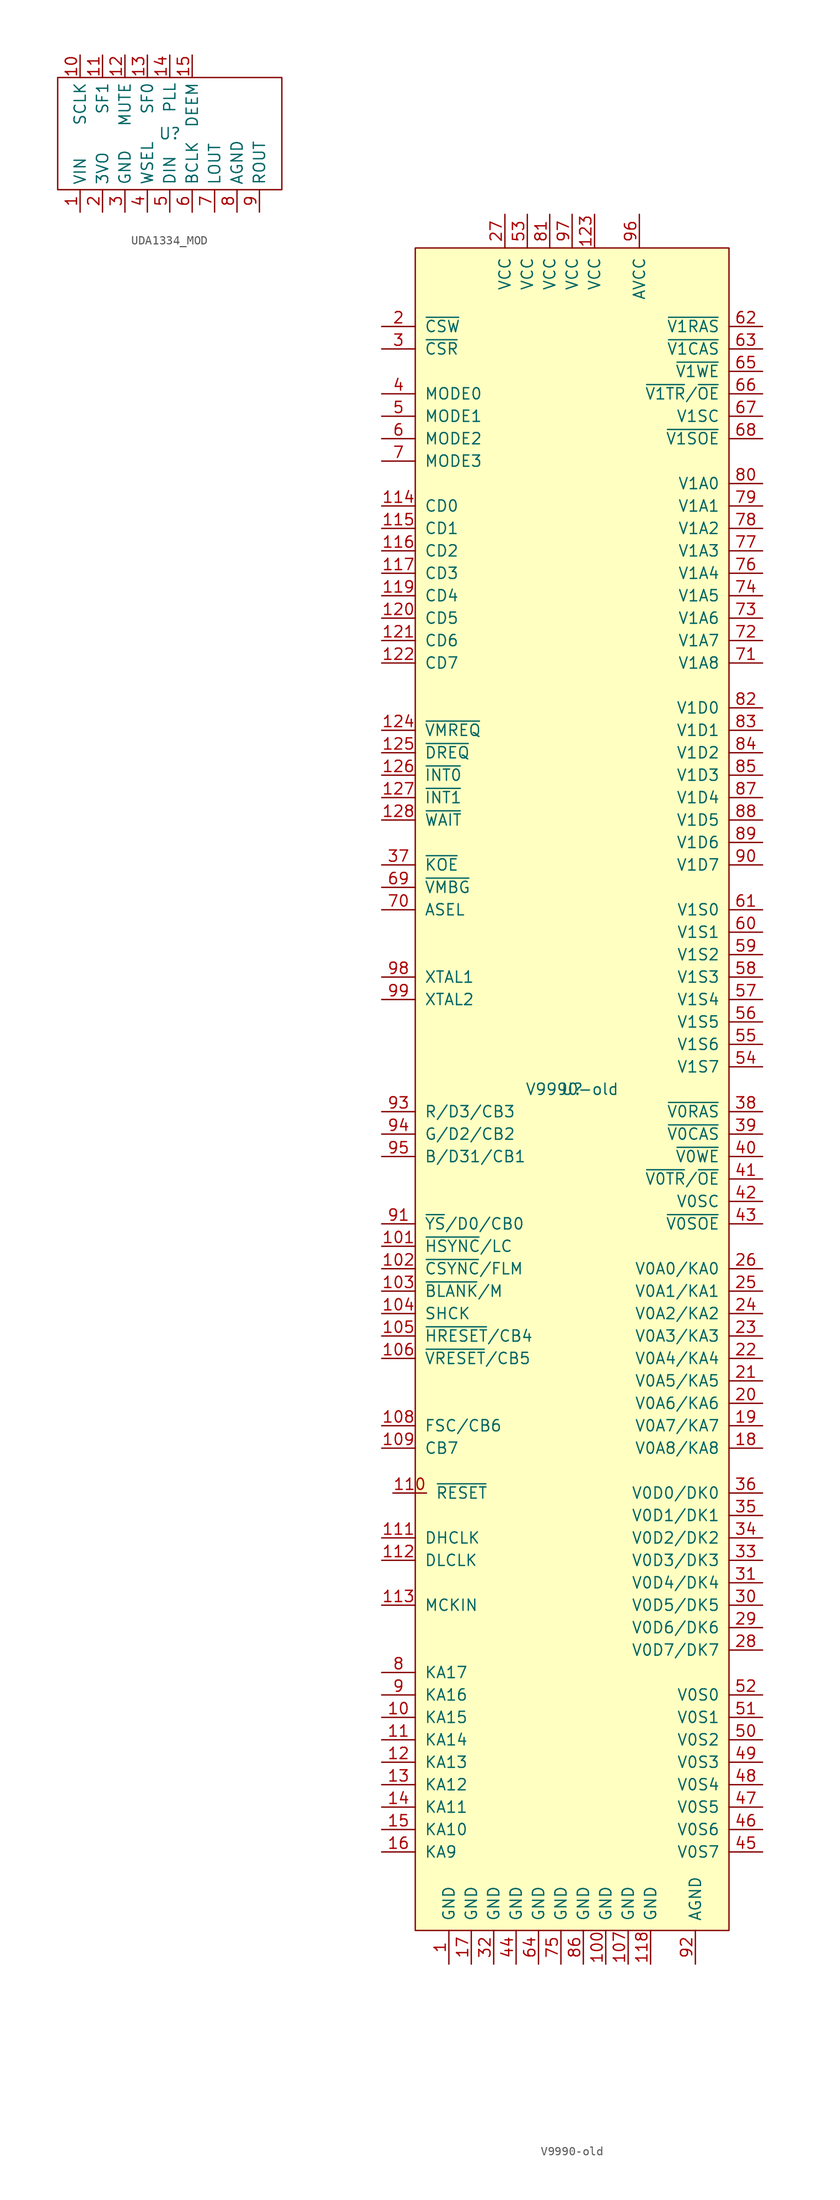
<source format=kicad_sym>
(kicad_symbol_lib
  (version 20220914)
  (generator kicad_symbol_editor)
  (symbol "UDA1334_MOD"
    (property "Reference" "U"
      (at 0 0 0)
      (effects (font (size 1.27 1.27))))
    (property "Value" ""
      (at 0 0 0)
      (effects (font (size 1.27 1.27))))
    (symbol "UDA1334_MOD_0_1"
      (rectangle (start -12.7 6.35) (end 12.7 -6.35) (stroke (width 0) (type default)) (fill (type none))))
    (symbol "UDA1334_MOD_1_1"
      (pin input line (at -10.16 -8.89 90) (length 2.54) (name "VIN" (effects (font (size 1.27 1.27)))) (number "1" (effects (font (size 1.27 1.27)))))
      (pin input line (at -10.16 8.89 270) (length 2.54) (name "SCLK" (effects (font (size 1.27 1.27)))) (number "10" (effects (font (size 1.27 1.27)))))
      (pin input line (at -7.62 8.89 270) (length 2.54) (name "SF1" (effects (font (size 1.27 1.27)))) (number "11" (effects (font (size 1.27 1.27)))))
      (pin input line (at -5.08 8.89 270) (length 2.54) (name "MUTE" (effects (font (size 1.27 1.27)))) (number "12" (effects (font (size 1.27 1.27)))))
      (pin input line (at -2.54 8.89 270) (length 2.54) (name "SF0" (effects (font (size 1.27 1.27)))) (number "13" (effects (font (size 1.27 1.27)))))
      (pin input line (at 0 8.89 270) (length 2.54) (name "PLL" (effects (font (size 1.27 1.27)))) (number "14" (effects (font (size 1.27 1.27)))))
      (pin input line (at 2.54 8.89 270) (length 2.54) (name "DEEM" (effects (font (size 1.27 1.27)))) (number "15" (effects (font (size 1.27 1.27)))))
      (pin output line (at -7.62 -8.89 90) (length 2.54) (name "3VO" (effects (font (size 1.27 1.27)))) (number "2" (effects (font (size 1.27 1.27)))))
      (pin input line (at -5.08 -8.89 90) (length 2.54) (name "GND" (effects (font (size 1.27 1.27)))) (number "3" (effects (font (size 1.27 1.27)))))
      (pin input line (at -2.54 -8.89 90) (length 2.54) (name "WSEL" (effects (font (size 1.27 1.27)))) (number "4" (effects (font (size 1.27 1.27)))))
      (pin input line (at 0 -8.89 90) (length 2.54) (name "DIN" (effects (font (size 1.27 1.27)))) (number "5" (effects (font (size 1.27 1.27)))))
      (pin input line (at 2.54 -8.89 90) (length 2.54) (name "BCLK" (effects (font (size 1.27 1.27)))) (number "6" (effects (font (size 1.27 1.27)))))
      (pin output line (at 5.08 -8.89 90) (length 2.54) (name "LOUT" (effects (font (size 1.27 1.27)))) (number "7" (effects (font (size 1.27 1.27)))))
      (pin input line (at 7.62 -8.89 90) (length 2.54) (name "AGND" (effects (font (size 1.27 1.27)))) (number "8" (effects (font (size 1.27 1.27)))))
      (pin output line (at 10.16 -8.89 90) (length 2.54) (name "ROUT" (effects (font (size 1.27 1.27)))) (number "9" (effects (font (size 1.27 1.27)))))))
  (symbol "V9990-old"
    (pin_names
      (offset 1.016))
    (property "Reference" "U"
      (at 0 0 0)
      (effects (font (size 1.27 1.27))))
    (property "Value" "V9990-old"
      (at 0 0 0)
      (effects (font (size 1.27 1.27))))
    (symbol "V9990-old_0_1"
      (rectangle (start 17.78 -95.25) (end -17.78 95.25) (stroke (width 0) (type default)) (fill (type background))))
    (symbol "V9990-old_1_1"
      (pin power_in line (at -13.97 -99.06 90) (length 3.81) (name "GND" (effects (font (size 1.27 1.27)))) (number "1" (effects (font (size 1.27 1.27)))))
      (pin output line (at -21.59 -71.12 0) (length 3.81) (name "KA15" (effects (font (size 1.27 1.27)))) (number "10" (effects (font (size 1.27 1.27)))))
      (pin power_in line (at 3.81 -99.06 90) (length 3.81) (name "GND" (effects (font (size 1.27 1.27)))) (number "100" (effects (font (size 1.27 1.27)))))
      (pin output line (at -21.59 -17.78 0) (length 3.81) (name "~{HSYNC}/LC" (effects (font (size 1.27 1.27)))) (number "101" (effects (font (size 1.27 1.27)))))
      (pin output line (at -21.59 -20.32 0) (length 3.81) (name "~{CSYNC}/FLM" (effects (font (size 1.27 1.27)))) (number "102" (effects (font (size 1.27 1.27)))))
      (pin output line (at -21.59 -22.86 0) (length 3.81) (name "~{BLANK}/M" (effects (font (size 1.27 1.27)))) (number "103" (effects (font (size 1.27 1.27)))))
      (pin output line (at -21.59 -25.4 0) (length 3.81) (name "SHCK" (effects (font (size 1.27 1.27)))) (number "104" (effects (font (size 1.27 1.27)))))
      (pin bidirectional line (at -21.59 -27.94 0) (length 3.81) (name "~{HRESET}/CB4" (effects (font (size 1.27 1.27)))) (number "105" (effects (font (size 1.27 1.27)))))
      (pin bidirectional line (at -21.59 -30.48 0) (length 3.81) (name "~{VRESET}/CB5" (effects (font (size 1.27 1.27)))) (number "106" (effects (font (size 1.27 1.27)))))
      (pin power_in line (at 6.35 -99.06 90) (length 3.81) (name "GND" (effects (font (size 1.27 1.27)))) (number "107" (effects (font (size 1.27 1.27)))))
      (pin output line (at -21.59 -38.1 0) (length 3.81) (name "FSC/CB6" (effects (font (size 1.27 1.27)))) (number "108" (effects (font (size 1.27 1.27)))))
      (pin output line (at -21.59 -40.64 0) (length 3.81) (name "CB7" (effects (font (size 1.27 1.27)))) (number "109" (effects (font (size 1.27 1.27)))))
      (pin output line (at -21.59 -73.66 0) (length 3.81) (name "KA14" (effects (font (size 1.27 1.27)))) (number "11" (effects (font (size 1.27 1.27)))))
      (pin input line (at -20.32 -45.72 0) (length 3.81) (name "~{RESET}" (effects (font (size 1.27 1.27)))) (number "110" (effects (font (size 1.27 1.27)))))
      (pin output line (at -21.59 -50.8 0) (length 3.81) (name "DHCLK" (effects (font (size 1.27 1.27)))) (number "111" (effects (font (size 1.27 1.27)))))
      (pin output line (at -21.59 -53.34 0) (length 3.81) (name "DLCLK" (effects (font (size 1.27 1.27)))) (number "112" (effects (font (size 1.27 1.27)))))
      (pin input line (at -21.59 -58.42 0) (length 3.81) (name "MCKIN" (effects (font (size 1.27 1.27)))) (number "113" (effects (font (size 1.27 1.27)))))
      (pin bidirectional line (at -21.59 66.04 0) (length 3.81) (name "CD0" (effects (font (size 1.27 1.27)))) (number "114" (effects (font (size 1.27 1.27)))))
      (pin bidirectional line (at -21.59 63.5 0) (length 3.81) (name "CD1" (effects (font (size 1.27 1.27)))) (number "115" (effects (font (size 1.27 1.27)))))
      (pin bidirectional line (at -21.59 60.96 0) (length 3.81) (name "CD2" (effects (font (size 1.27 1.27)))) (number "116" (effects (font (size 1.27 1.27)))))
      (pin bidirectional line (at -21.59 58.42 0) (length 3.81) (name "CD3" (effects (font (size 1.27 1.27)))) (number "117" (effects (font (size 1.27 1.27)))))
      (pin power_in line (at 8.89 -99.06 90) (length 3.81) (name "GND" (effects (font (size 1.27 1.27)))) (number "118" (effects (font (size 1.27 1.27)))))
      (pin bidirectional line (at -21.59 55.88 0) (length 3.81) (name "CD4" (effects (font (size 1.27 1.27)))) (number "119" (effects (font (size 1.27 1.27)))))
      (pin output line (at -21.59 -76.2 0) (length 3.81) (name "KA13" (effects (font (size 1.27 1.27)))) (number "12" (effects (font (size 1.27 1.27)))))
      (pin bidirectional line (at -21.59 53.34 0) (length 3.81) (name "CD5" (effects (font (size 1.27 1.27)))) (number "120" (effects (font (size 1.27 1.27)))))
      (pin bidirectional line (at -21.59 50.8 0) (length 3.81) (name "CD6" (effects (font (size 1.27 1.27)))) (number "121" (effects (font (size 1.27 1.27)))))
      (pin bidirectional line (at -21.59 48.26 0) (length 3.81) (name "CD7" (effects (font (size 1.27 1.27)))) (number "122" (effects (font (size 1.27 1.27)))))
      (pin power_in line (at 2.54 99.06 270) (length 3.81) (name "VCC" (effects (font (size 1.27 1.27)))) (number "123" (effects (font (size 1.27 1.27)))))
      (pin input line (at -21.59 40.64 0) (length 3.81) (name "~{VMREQ}" (effects (font (size 1.27 1.27)))) (number "124" (effects (font (size 1.27 1.27)))))
      (pin output line (at -21.59 38.1 0) (length 3.81) (name "~{DREQ}" (effects (font (size 1.27 1.27)))) (number "125" (effects (font (size 1.27 1.27)))))
      (pin open_collector line (at -21.59 35.56 0) (length 3.81) (name "~{INT0}" (effects (font (size 1.27 1.27)))) (number "126" (effects (font (size 1.27 1.27)))))
      (pin open_collector line (at -21.59 33.02 0) (length 3.81) (name "~{INT1}" (effects (font (size 1.27 1.27)))) (number "127" (effects (font (size 1.27 1.27)))))
      (pin output line (at -21.59 30.48 0) (length 3.81) (name "~{WAIT}" (effects (font (size 1.27 1.27)))) (number "128" (effects (font (size 1.27 1.27)))))
      (pin output line (at -21.59 -78.74 0) (length 3.81) (name "KA12" (effects (font (size 1.27 1.27)))) (number "13" (effects (font (size 1.27 1.27)))))
      (pin output line (at -21.59 -81.28 0) (length 3.81) (name "KA11" (effects (font (size 1.27 1.27)))) (number "14" (effects (font (size 1.27 1.27)))))
      (pin output line (at -21.59 -83.82 0) (length 3.81) (name "KA10" (effects (font (size 1.27 1.27)))) (number "15" (effects (font (size 1.27 1.27)))))
      (pin output line (at -21.59 -86.36 0) (length 3.81) (name "KA9" (effects (font (size 1.27 1.27)))) (number "16" (effects (font (size 1.27 1.27)))))
      (pin power_in line (at -11.43 -99.06 90) (length 3.81) (name "GND" (effects (font (size 1.27 1.27)))) (number "17" (effects (font (size 1.27 1.27)))))
      (pin output line (at 21.59 -40.64 180) (length 3.81) (name "V0A8/KA8" (effects (font (size 1.27 1.27)))) (number "18" (effects (font (size 1.27 1.27)))))
      (pin output line (at 21.59 -38.1 180) (length 3.81) (name "V0A7/KA7" (effects (font (size 1.27 1.27)))) (number "19" (effects (font (size 1.27 1.27)))))
      (pin input line (at -21.59 86.36 0) (length 3.81) (name "~{CSW}" (effects (font (size 1.27 1.27)))) (number "2" (effects (font (size 1.27 1.27)))))
      (pin output line (at 21.59 -35.56 180) (length 3.81) (name "V0A6/KA6" (effects (font (size 1.27 1.27)))) (number "20" (effects (font (size 1.27 1.27)))))
      (pin output line (at 21.59 -33.02 180) (length 3.81) (name "V0A5/KA5" (effects (font (size 1.27 1.27)))) (number "21" (effects (font (size 1.27 1.27)))))
      (pin output line (at 21.59 -30.48 180) (length 3.81) (name "V0A4/KA4" (effects (font (size 1.27 1.27)))) (number "22" (effects (font (size 1.27 1.27)))))
      (pin output line (at 21.59 -27.94 180) (length 3.81) (name "V0A3/KA3" (effects (font (size 1.27 1.27)))) (number "23" (effects (font (size 1.27 1.27)))))
      (pin output line (at 21.59 -25.4 180) (length 3.81) (name "V0A2/KA2" (effects (font (size 1.27 1.27)))) (number "24" (effects (font (size 1.27 1.27)))))
      (pin output line (at 21.59 -22.86 180) (length 3.81) (name "V0A1/KA1" (effects (font (size 1.27 1.27)))) (number "25" (effects (font (size 1.27 1.27)))))
      (pin output line (at 21.59 -20.32 180) (length 3.81) (name "V0A0/KA0" (effects (font (size 1.27 1.27)))) (number "26" (effects (font (size 1.27 1.27)))))
      (pin power_in line (at -7.62 99.06 270) (length 3.81) (name "VCC" (effects (font (size 1.27 1.27)))) (number "27" (effects (font (size 1.27 1.27)))))
      (pin bidirectional line (at 21.59 -63.5 180) (length 3.81) (name "V0D7/DK7" (effects (font (size 1.27 1.27)))) (number "28" (effects (font (size 1.27 1.27)))))
      (pin bidirectional line (at 21.59 -60.96 180) (length 3.81) (name "V0D6/DK6" (effects (font (size 1.27 1.27)))) (number "29" (effects (font (size 1.27 1.27)))))
      (pin input line (at -21.59 83.82 0) (length 3.81) (name "~{CSR}" (effects (font (size 1.27 1.27)))) (number "3" (effects (font (size 1.27 1.27)))))
      (pin bidirectional line (at 21.59 -58.42 180) (length 3.81) (name "V0D5/DK5" (effects (font (size 1.27 1.27)))) (number "30" (effects (font (size 1.27 1.27)))))
      (pin bidirectional line (at 21.59 -55.88 180) (length 3.81) (name "V0D4/DK4" (effects (font (size 1.27 1.27)))) (number "31" (effects (font (size 1.27 1.27)))))
      (pin power_in line (at -8.89 -99.06 90) (length 3.81) (name "GND" (effects (font (size 1.27 1.27)))) (number "32" (effects (font (size 1.27 1.27)))))
      (pin bidirectional line (at 21.59 -53.34 180) (length 3.81) (name "V0D3/DK3" (effects (font (size 1.27 1.27)))) (number "33" (effects (font (size 1.27 1.27)))))
      (pin bidirectional line (at 21.59 -50.8 180) (length 3.81) (name "V0D2/DK2" (effects (font (size 1.27 1.27)))) (number "34" (effects (font (size 1.27 1.27)))))
      (pin bidirectional line (at 21.59 -48.26 180) (length 3.81) (name "V0D1/DK1" (effects (font (size 1.27 1.27)))) (number "35" (effects (font (size 1.27 1.27)))))
      (pin bidirectional line (at 21.59 -45.72 180) (length 3.81) (name "V0D0/DK0" (effects (font (size 1.27 1.27)))) (number "36" (effects (font (size 1.27 1.27)))))
      (pin output line (at -21.59 25.4 0) (length 3.81) (name "~{KOE}" (effects (font (size 1.27 1.27)))) (number "37" (effects (font (size 1.27 1.27)))))
      (pin output line (at 21.59 -2.54 180) (length 3.81) (name "~{V0RAS}" (effects (font (size 1.27 1.27)))) (number "38" (effects (font (size 1.27 1.27)))))
      (pin output line (at 21.59 -5.08 180) (length 3.81) (name "~{V0CAS}" (effects (font (size 1.27 1.27)))) (number "39" (effects (font (size 1.27 1.27)))))
      (pin input line (at -21.59 78.74 0) (length 3.81) (name "MODE0" (effects (font (size 1.27 1.27)))) (number "4" (effects (font (size 1.27 1.27)))))
      (pin output line (at 21.59 -7.62 180) (length 3.81) (name "~{V0WE}" (effects (font (size 1.27 1.27)))) (number "40" (effects (font (size 1.27 1.27)))))
      (pin output line (at 21.59 -10.16 180) (length 3.81) (name "~{V0TR}/~{OE}" (effects (font (size 1.27 1.27)))) (number "41" (effects (font (size 1.27 1.27)))))
      (pin output line (at 21.59 -12.7 180) (length 3.81) (name "V0SC" (effects (font (size 1.27 1.27)))) (number "42" (effects (font (size 1.27 1.27)))))
      (pin output line (at 21.59 -15.24 180) (length 3.81) (name "~{V0SOE}" (effects (font (size 1.27 1.27)))) (number "43" (effects (font (size 1.27 1.27)))))
      (pin power_in line (at -6.35 -99.06 90) (length 3.81) (name "GND" (effects (font (size 1.27 1.27)))) (number "44" (effects (font (size 1.27 1.27)))))
      (pin input line (at 21.59 -86.36 180) (length 3.81) (name "V0S7" (effects (font (size 1.27 1.27)))) (number "45" (effects (font (size 1.27 1.27)))))
      (pin input line (at 21.59 -83.82 180) (length 3.81) (name "V0S6" (effects (font (size 1.27 1.27)))) (number "46" (effects (font (size 1.27 1.27)))))
      (pin input line (at 21.59 -81.28 180) (length 3.81) (name "V0S5" (effects (font (size 1.27 1.27)))) (number "47" (effects (font (size 1.27 1.27)))))
      (pin input line (at 21.59 -78.74 180) (length 3.81) (name "V0S4" (effects (font (size 1.27 1.27)))) (number "48" (effects (font (size 1.27 1.27)))))
      (pin input line (at 21.59 -76.2 180) (length 3.81) (name "V0S3" (effects (font (size 1.27 1.27)))) (number "49" (effects (font (size 1.27 1.27)))))
      (pin input line (at -21.59 76.2 0) (length 3.81) (name "MODE1" (effects (font (size 1.27 1.27)))) (number "5" (effects (font (size 1.27 1.27)))))
      (pin input line (at 21.59 -73.66 180) (length 3.81) (name "V0S2" (effects (font (size 1.27 1.27)))) (number "50" (effects (font (size 1.27 1.27)))))
      (pin input line (at 21.59 -71.12 180) (length 3.81) (name "V0S1" (effects (font (size 1.27 1.27)))) (number "51" (effects (font (size 1.27 1.27)))))
      (pin input line (at 21.59 -68.58 180) (length 3.81) (name "V0S0" (effects (font (size 1.27 1.27)))) (number "52" (effects (font (size 1.27 1.27)))))
      (pin power_in line (at -5.08 99.06 270) (length 3.81) (name "VCC" (effects (font (size 1.27 1.27)))) (number "53" (effects (font (size 1.27 1.27)))))
      (pin input line (at 21.59 2.54 180) (length 3.81) (name "V1S7" (effects (font (size 1.27 1.27)))) (number "54" (effects (font (size 1.27 1.27)))))
      (pin input line (at 21.59 5.08 180) (length 3.81) (name "V1S6" (effects (font (size 1.27 1.27)))) (number "55" (effects (font (size 1.27 1.27)))))
      (pin input line (at 21.59 7.62 180) (length 3.81) (name "V1S5" (effects (font (size 1.27 1.27)))) (number "56" (effects (font (size 1.27 1.27)))))
      (pin input line (at 21.59 10.16 180) (length 3.81) (name "V1S4" (effects (font (size 1.27 1.27)))) (number "57" (effects (font (size 1.27 1.27)))))
      (pin input line (at 21.59 12.7 180) (length 3.81) (name "V1S3" (effects (font (size 1.27 1.27)))) (number "58" (effects (font (size 1.27 1.27)))))
      (pin input line (at 21.59 15.24 180) (length 3.81) (name "V1S2" (effects (font (size 1.27 1.27)))) (number "59" (effects (font (size 1.27 1.27)))))
      (pin input line (at -21.59 73.66 0) (length 3.81) (name "MODE2" (effects (font (size 1.27 1.27)))) (number "6" (effects (font (size 1.27 1.27)))))
      (pin input line (at 21.59 17.78 180) (length 3.81) (name "V1S1" (effects (font (size 1.27 1.27)))) (number "60" (effects (font (size 1.27 1.27)))))
      (pin input line (at 21.59 20.32 180) (length 3.81) (name "V1S0" (effects (font (size 1.27 1.27)))) (number "61" (effects (font (size 1.27 1.27)))))
      (pin output line (at 21.59 86.36 180) (length 3.81) (name "~{V1RAS}" (effects (font (size 1.27 1.27)))) (number "62" (effects (font (size 1.27 1.27)))))
      (pin output line (at 21.59 83.82 180) (length 3.81) (name "~{V1CAS}" (effects (font (size 1.27 1.27)))) (number "63" (effects (font (size 1.27 1.27)))))
      (pin power_in line (at -3.81 -99.06 90) (length 3.81) (name "GND" (effects (font (size 1.27 1.27)))) (number "64" (effects (font (size 1.27 1.27)))))
      (pin output line (at 21.59 81.28 180) (length 3.81) (name "~{V1WE}" (effects (font (size 1.27 1.27)))) (number "65" (effects (font (size 1.27 1.27)))))
      (pin output line (at 21.59 78.74 180) (length 3.81) (name "~{V1TR}/~{OE}" (effects (font (size 1.27 1.27)))) (number "66" (effects (font (size 1.27 1.27)))))
      (pin output line (at 21.59 76.2 180) (length 3.81) (name "V1SC" (effects (font (size 1.27 1.27)))) (number "67" (effects (font (size 1.27 1.27)))))
      (pin output line (at 21.59 73.66 180) (length 3.81) (name "~{V1SOE}" (effects (font (size 1.27 1.27)))) (number "68" (effects (font (size 1.27 1.27)))))
      (pin output line (at -21.59 22.86 0) (length 3.81) (name "~{VMBG}" (effects (font (size 1.27 1.27)))) (number "69" (effects (font (size 1.27 1.27)))))
      (pin input line (at -21.59 71.12 0) (length 3.81) (name "MODE3" (effects (font (size 1.27 1.27)))) (number "7" (effects (font (size 1.27 1.27)))))
      (pin output line (at -21.59 20.32 0) (length 3.81) (name "ASEL" (effects (font (size 1.27 1.27)))) (number "70" (effects (font (size 1.27 1.27)))))
      (pin output line (at 21.59 48.26 180) (length 3.81) (name "V1A8" (effects (font (size 1.27 1.27)))) (number "71" (effects (font (size 1.27 1.27)))))
      (pin output line (at 21.59 50.8 180) (length 3.81) (name "V1A7" (effects (font (size 1.27 1.27)))) (number "72" (effects (font (size 1.27 1.27)))))
      (pin output line (at 21.59 53.34 180) (length 3.81) (name "V1A6" (effects (font (size 1.27 1.27)))) (number "73" (effects (font (size 1.27 1.27)))))
      (pin output line (at 21.59 55.88 180) (length 3.81) (name "V1A5" (effects (font (size 1.27 1.27)))) (number "74" (effects (font (size 1.27 1.27)))))
      (pin power_in line (at -1.27 -99.06 90) (length 3.81) (name "GND" (effects (font (size 1.27 1.27)))) (number "75" (effects (font (size 1.27 1.27)))))
      (pin output line (at 21.59 58.42 180) (length 3.81) (name "V1A4" (effects (font (size 1.27 1.27)))) (number "76" (effects (font (size 1.27 1.27)))))
      (pin output line (at 21.59 60.96 180) (length 3.81) (name "V1A3" (effects (font (size 1.27 1.27)))) (number "77" (effects (font (size 1.27 1.27)))))
      (pin output line (at 21.59 63.5 180) (length 3.81) (name "V1A2" (effects (font (size 1.27 1.27)))) (number "78" (effects (font (size 1.27 1.27)))))
      (pin output line (at 21.59 66.04 180) (length 3.81) (name "V1A1" (effects (font (size 1.27 1.27)))) (number "79" (effects (font (size 1.27 1.27)))))
      (pin output line (at -21.59 -66.04 0) (length 3.81) (name "KA17" (effects (font (size 1.27 1.27)))) (number "8" (effects (font (size 1.27 1.27)))))
      (pin output line (at 21.59 68.58 180) (length 3.81) (name "V1A0" (effects (font (size 1.27 1.27)))) (number "80" (effects (font (size 1.27 1.27)))))
      (pin power_in line (at -2.54 99.06 270) (length 3.81) (name "VCC" (effects (font (size 1.27 1.27)))) (number "81" (effects (font (size 1.27 1.27)))))
      (pin bidirectional line (at 21.59 43.18 180) (length 3.81) (name "V1D0" (effects (font (size 1.27 1.27)))) (number "82" (effects (font (size 1.27 1.27)))))
      (pin bidirectional line (at 21.59 40.64 180) (length 3.81) (name "V1D1" (effects (font (size 1.27 1.27)))) (number "83" (effects (font (size 1.27 1.27)))))
      (pin bidirectional line (at 21.59 38.1 180) (length 3.81) (name "V1D2" (effects (font (size 1.27 1.27)))) (number "84" (effects (font (size 1.27 1.27)))))
      (pin bidirectional line (at 21.59 35.56 180) (length 3.81) (name "V1D3" (effects (font (size 1.27 1.27)))) (number "85" (effects (font (size 1.27 1.27)))))
      (pin power_in line (at 1.27 -99.06 90) (length 3.81) (name "GND" (effects (font (size 1.27 1.27)))) (number "86" (effects (font (size 1.27 1.27)))))
      (pin bidirectional line (at 21.59 33.02 180) (length 3.81) (name "V1D4" (effects (font (size 1.27 1.27)))) (number "87" (effects (font (size 1.27 1.27)))))
      (pin bidirectional line (at 21.59 30.48 180) (length 3.81) (name "V1D5" (effects (font (size 1.27 1.27)))) (number "88" (effects (font (size 1.27 1.27)))))
      (pin bidirectional line (at 21.59 27.94 180) (length 3.81) (name "V1D6" (effects (font (size 1.27 1.27)))) (number "89" (effects (font (size 1.27 1.27)))))
      (pin output line (at -21.59 -68.58 0) (length 3.81) (name "KA16" (effects (font (size 1.27 1.27)))) (number "9" (effects (font (size 1.27 1.27)))))
      (pin bidirectional line (at 21.59 25.4 180) (length 3.81) (name "V1D7" (effects (font (size 1.27 1.27)))) (number "90" (effects (font (size 1.27 1.27)))))
      (pin output line (at -21.59 -15.24 0) (length 3.81) (name "~{YS}/D0/CB0" (effects (font (size 1.27 1.27)))) (number "91" (effects (font (size 1.27 1.27)))))
      (pin power_in line (at 13.97 -99.06 90) (length 3.81) (name "AGND" (effects (font (size 1.27 1.27)))) (number "92" (effects (font (size 1.27 1.27)))))
      (pin output line (at -21.59 -2.54 0) (length 3.81) (name "R/D3/CB3" (effects (font (size 1.27 1.27)))) (number "93" (effects (font (size 1.27 1.27)))))
      (pin output line (at -21.59 -5.08 0) (length 3.81) (name "G/D2/CB2" (effects (font (size 1.27 1.27)))) (number "94" (effects (font (size 1.27 1.27)))))
      (pin output line (at -21.59 -7.62 0) (length 3.81) (name "B/D31/CB1" (effects (font (size 1.27 1.27)))) (number "95" (effects (font (size 1.27 1.27)))))
      (pin power_in line (at 7.62 99.06 270) (length 3.81) (name "AVCC" (effects (font (size 1.27 1.27)))) (number "96" (effects (font (size 1.27 1.27)))))
      (pin power_in line (at 0 99.06 270) (length 3.81) (name "VCC" (effects (font (size 1.27 1.27)))) (number "97" (effects (font (size 1.27 1.27)))))
      (pin input line (at -21.59 12.7 0) (length 3.81) (name "XTAL1" (effects (font (size 1.27 1.27)))) (number "98" (effects (font (size 1.27 1.27)))))
      (pin output line (at -21.59 10.16 0) (length 3.81) (name "XTAL2" (effects (font (size 1.27 1.27)))) (number "99" (effects (font (size 1.27 1.27))))))))
</source>
